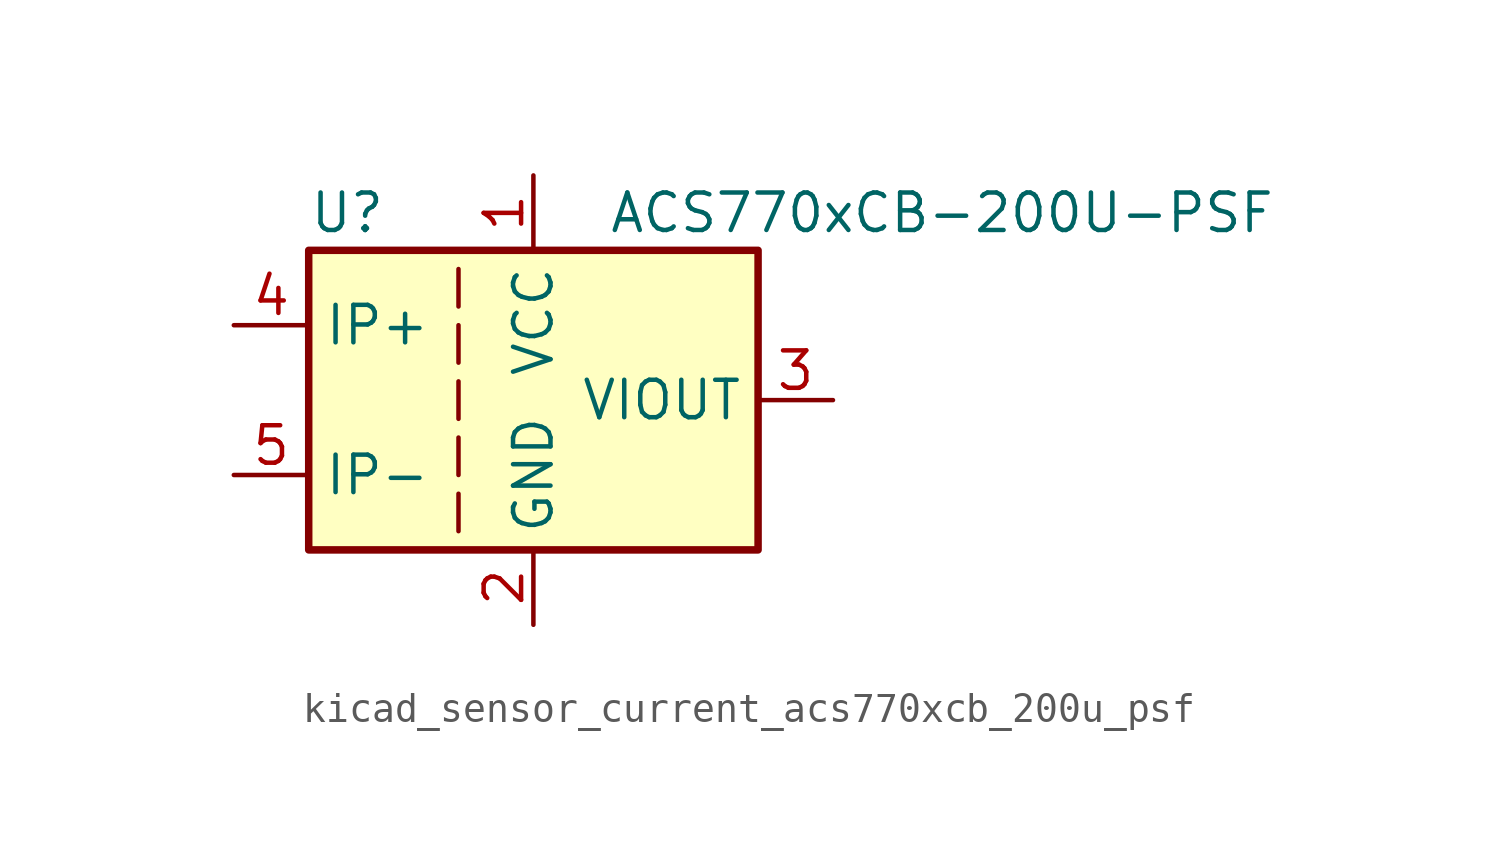
<source format=kicad_sym>
(kicad_symbol_lib
  (version 20220914)
  (generator kicad_symbol_editor)
  (symbol "kicad_sensor_current_acs770xcb_200u_psf"
    (property "Reference" "U"
      (at -7.62 6.35 0)
      (effects (font (size 1.27 1.27)) (justify left)))
    (property "Value" "ACS770xCB-200U-PSF"
      (at 2.54 6.35 0)
      (effects (font (size 1.27 1.27)) (justify left)))
    (symbol "kicad_sensor_current_acs770xcb_200u_psf_0_1"
      (rectangle (start -7.62 5.08) (end 7.62 -5.08) (stroke (width 0.254) (type default)) (fill (type background)))
      (polyline (pts (xy -2.54 -3.175) (xy -2.54 -4.445)) (stroke (width 0) (type default)) (fill (type none)))
      (polyline (pts (xy -2.54 -1.27) (xy -2.54 -2.54)) (stroke (width 0) (type default)) (fill (type none)))
      (polyline (pts (xy -2.54 0.635) (xy -2.54 -0.635)) (stroke (width 0) (type default)) (fill (type none)))
      (polyline (pts (xy -2.54 1.27) (xy -2.54 2.54)) (stroke (width 0) (type default)) (fill (type none)))
      (polyline (pts (xy -2.54 3.175) (xy -2.54 4.445)) (stroke (width 0) (type default)) (fill (type none))))
    (symbol "kicad_sensor_current_acs770xcb_200u_psf_1_1"
      (pin power_in line (at 0 7.62 270) (length 2.54) (name "VCC" (effects (font (size 1.27 1.27)))) (number "1" (effects (font (size 1.27 1.27)))))
      (pin power_in line (at 0 -7.62 90) (length 2.54) (name "GND" (effects (font (size 1.27 1.27)))) (number "2" (effects (font (size 1.27 1.27)))))
      (pin output line (at 10.16 0 180) (length 2.54) (name "VIOUT" (effects (font (size 1.27 1.27)))) (number "3" (effects (font (size 1.27 1.27)))))
      (pin passive line (at -10.16 2.54 0) (length 2.54) (name "IP+" (effects (font (size 1.27 1.27)))) (number "4" (effects (font (size 1.27 1.27)))))
      (pin passive line (at -10.16 -2.54 0) (length 2.54) (name "IP-" (effects (font (size 1.27 1.27)))) (number "5" (effects (font (size 1.27 1.27))))))))
</source>
